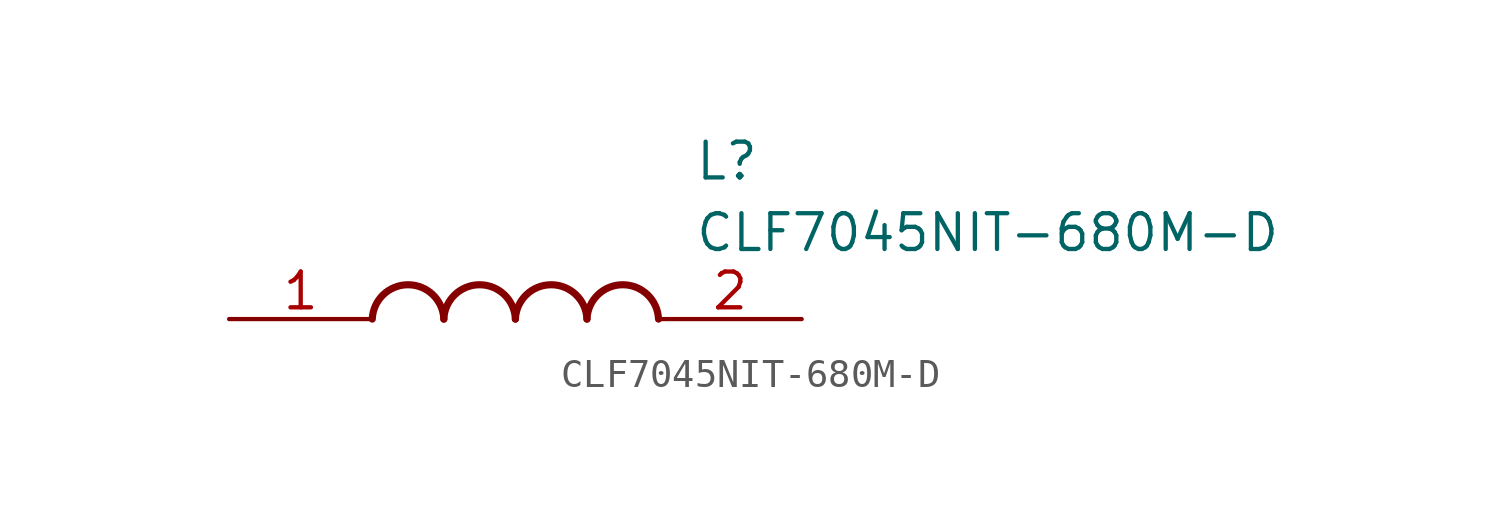
<source format=kicad_sym>
(kicad_symbol_lib
  (version 20211014)
  (generator SamacSys_ECAD_Model)
  (symbol "CLF7045NIT-680M-D"
    (pin_names hide)
    (property "Reference" "L"
      (at 16.51 6.35 0)
      (effects (font (size 1.27 1.27)) (justify left top)))
    (property "Value" "CLF7045NIT-680M-D"
      (at 16.51 3.81 0)
      (effects (font (size 1.27 1.27)) (justify left top)))
    (arc
      (start 7.62 0)
      (mid 6.35 1.219)
      (end 5.08 0)
      (stroke (width 0.254) (type default))
      (fill (type none)))
    (arc
      (start 10.16 0)
      (mid 8.89 1.219)
      (end 7.62 0)
      (stroke (width 0.254) (type default))
      (fill (type none)))
    (arc
      (start 12.7 0)
      (mid 11.43 1.219)
      (end 10.16 0)
      (stroke (width 0.254) (type default))
      (fill (type none)))
    (arc
      (start 15.24 0)
      (mid 13.97 1.219)
      (end 12.7 0)
      (stroke (width 0.254) (type default))
      (fill (type none)))
    (pin passive line
      (at 0 0 0)
      (length 5.08)
      (name "1" (effects (font (size 1.27 1.27))))
      (number "1" (effects (font (size 1.27 1.27)))))
    (pin passive line
      (at 20.32 0 180)
      (length 5.08)
      (name "2" (effects (font (size 1.27 1.27))))
      (number "2" (effects (font (size 1.27 1.27)))))))
</source>
